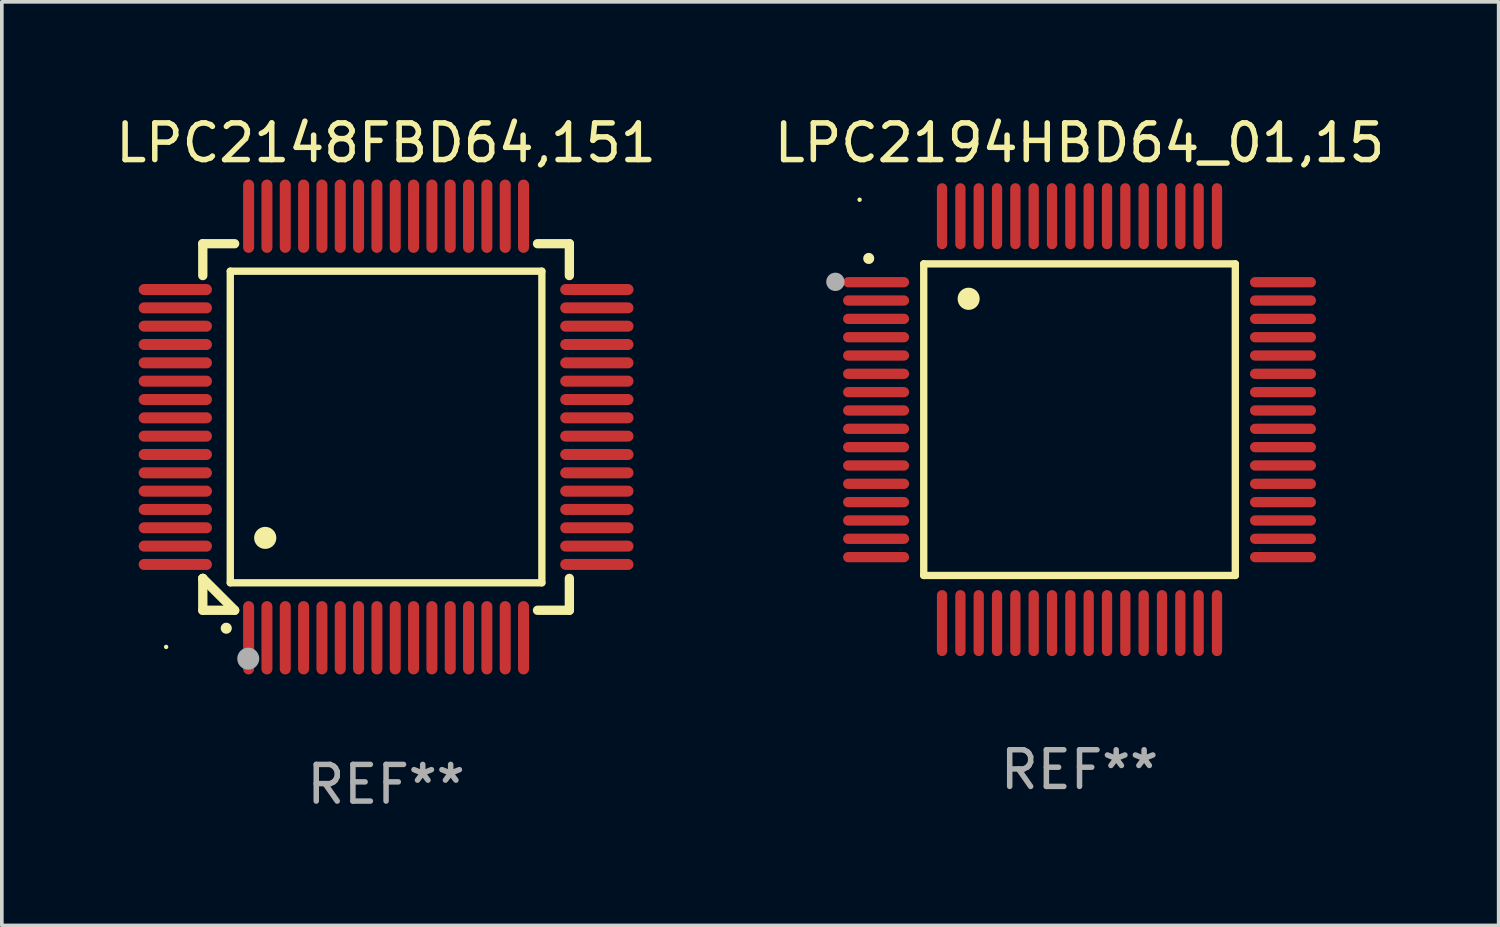
<source format=kicad_pcb>
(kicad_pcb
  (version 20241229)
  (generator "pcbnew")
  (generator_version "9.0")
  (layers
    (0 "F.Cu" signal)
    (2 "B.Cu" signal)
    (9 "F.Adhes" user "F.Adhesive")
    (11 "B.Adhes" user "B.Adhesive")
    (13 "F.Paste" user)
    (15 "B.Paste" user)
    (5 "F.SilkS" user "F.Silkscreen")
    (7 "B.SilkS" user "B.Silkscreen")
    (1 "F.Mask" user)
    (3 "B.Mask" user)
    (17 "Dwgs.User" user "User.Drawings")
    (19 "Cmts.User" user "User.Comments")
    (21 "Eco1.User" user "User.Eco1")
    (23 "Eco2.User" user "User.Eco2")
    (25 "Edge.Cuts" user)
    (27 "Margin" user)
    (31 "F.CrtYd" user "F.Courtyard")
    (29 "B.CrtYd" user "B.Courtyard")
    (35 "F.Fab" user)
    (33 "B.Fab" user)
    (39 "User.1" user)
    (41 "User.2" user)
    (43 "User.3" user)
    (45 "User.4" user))
  (footprint "LPC2194HBD64_01,15"
    (layer "F.Cu")
    (at 26.399 8.398)
    (property "Reference" "LPC2194HBD64_01,15" (at 0 -7.55 0) (layer "F.SilkS") (effects (font (size 1 1) (thickness 0.15))))
    (attr through_hole)
    (fp_line (start -4.25 -4.25) (end -4.25 4.25) (stroke (width 0.2) (type solid)) (layer "F.SilkS"))
    (fp_line (start -4.25 4.25) (end 4.25 4.25) (stroke (width 0.2) (type solid)) (layer "F.SilkS"))
    (fp_line (start 4.25 -4.25) (end -4.25 -4.25) (stroke (width 0.2) (type solid)) (layer "F.SilkS"))
    (fp_line (start 4.25 4.25) (end 4.25 -4.25) (stroke (width 0.2) (type solid)) (layer "F.SilkS"))
    (fp_arc (start -5.750572 -4.396749) (mid -5.750577 -4.398019) (end -5.750572 -4.399289) (stroke (width 0.3) (type solid)) (layer "F.SilkS"))
    (fp_arc (start -3.025146 -3.294387) (mid -3.025157 -3.296927) (end -3.025146 -3.299467) (stroke (width 0.6) (type solid)) (layer "F.SilkS"))
    (fp_circle (center -6 -6) (end -5.97 -6) (stroke (width 0.06) (type solid)) (fill no) (layer "F.SilkS"))
    (fp_circle (center -6.66 -3.76) (end -6.535 -3.76) (stroke (width 0.25) (type solid)) (fill no) (layer "F.Fab"))
    (fp_text user "REF**" (at 0 9.55 0) (layer "F.Fab") (effects (font (size 1 1) (thickness 0.15))))
    (pad "1" smd oval (at -5.55 -3.75) (size 1.8 0.28) (layers "F.Cu" "F.Mask" "F.Paste"))
    (pad "2" smd oval (at -5.55 -3.25) (size 1.8 0.28) (layers "F.Cu" "F.Mask" "F.Paste"))
    (pad "3" smd oval (at -5.55 -2.75) (size 1.8 0.28) (layers "F.Cu" "F.Mask" "F.Paste"))
    (pad "4" smd oval (at -5.55 -2.25) (size 1.8 0.28) (layers "F.Cu" "F.Mask" "F.Paste"))
    (pad "5" smd oval (at -5.55 -1.75) (size 1.8 0.28) (layers "F.Cu" "F.Mask" "F.Paste"))
    (pad "6" smd oval (at -5.55 -1.25) (size 1.8 0.28) (layers "F.Cu" "F.Mask" "F.Paste"))
    (pad "7" smd oval (at -5.55 -0.75) (size 1.8 0.28) (layers "F.Cu" "F.Mask" "F.Paste"))
    (pad "8" smd oval (at -5.55 -0.25) (size 1.8 0.28) (layers "F.Cu" "F.Mask" "F.Paste"))
    (pad "9" smd oval (at -5.55 0.25) (size 1.8 0.28) (layers "F.Cu" "F.Mask" "F.Paste"))
    (pad "10" smd oval (at -5.55 0.75) (size 1.8 0.28) (layers "F.Cu" "F.Mask" "F.Paste"))
    (pad "11" smd oval (at -5.55 1.25) (size 1.8 0.28) (layers "F.Cu" "F.Mask" "F.Paste"))
    (pad "12" smd oval (at -5.55 1.75) (size 1.8 0.28) (layers "F.Cu" "F.Mask" "F.Paste"))
    (pad "13" smd oval (at -5.55 2.25) (size 1.8 0.28) (layers "F.Cu" "F.Mask" "F.Paste"))
    (pad "14" smd oval (at -5.55 2.75) (size 1.8 0.28) (layers "F.Cu" "F.Mask" "F.Paste"))
    (pad "15" smd oval (at -5.55 3.25) (size 1.8 0.28) (layers "F.Cu" "F.Mask" "F.Paste"))
    (pad "16" smd oval (at -5.55 3.75) (size 1.8 0.28) (layers "F.Cu" "F.Mask" "F.Paste"))
    (pad "17" smd oval (at -3.75 5.55) (size 0.28 1.8) (layers "F.Cu" "F.Mask" "F.Paste"))
    (pad "18" smd oval (at -3.25 5.55) (size 0.28 1.8) (layers "F.Cu" "F.Mask" "F.Paste"))
    (pad "19" smd oval (at -2.75 5.55) (size 0.28 1.8) (layers "F.Cu" "F.Mask" "F.Paste"))
    (pad "20" smd oval (at -2.25 5.55) (size 0.28 1.8) (layers "F.Cu" "F.Mask" "F.Paste"))
    (pad "21" smd oval (at -1.75 5.55) (size 0.28 1.8) (layers "F.Cu" "F.Mask" "F.Paste"))
    (pad "22" smd oval (at -1.25 5.55) (size 0.28 1.8) (layers "F.Cu" "F.Mask" "F.Paste"))
    (pad "23" smd oval (at -0.75 5.55) (size 0.28 1.8) (layers "F.Cu" "F.Mask" "F.Paste"))
    (pad "24" smd oval (at -0.25 5.55) (size 0.28 1.8) (layers "F.Cu" "F.Mask" "F.Paste"))
    (pad "25" smd oval (at 0.25 5.55) (size 0.28 1.8) (layers "F.Cu" "F.Mask" "F.Paste"))
    (pad "26" smd oval (at 0.75 5.55) (size 0.28 1.8) (layers "F.Cu" "F.Mask" "F.Paste"))
    (pad "27" smd oval (at 1.25 5.55) (size 0.28 1.8) (layers "F.Cu" "F.Mask" "F.Paste"))
    (pad "28" smd oval (at 1.75 5.55) (size 0.28 1.8) (layers "F.Cu" "F.Mask" "F.Paste"))
    (pad "29" smd oval (at 2.25 5.55) (size 0.28 1.8) (layers "F.Cu" "F.Mask" "F.Paste"))
    (pad "30" smd oval (at 2.75 5.55) (size 0.28 1.8) (layers "F.Cu" "F.Mask" "F.Paste"))
    (pad "31" smd oval (at 3.25 5.55) (size 0.28 1.8) (layers "F.Cu" "F.Mask" "F.Paste"))
    (pad "32" smd oval (at 3.75 5.55) (size 0.28 1.8) (layers "F.Cu" "F.Mask" "F.Paste"))
    (pad "33" smd oval (at 5.55 3.75) (size 1.8 0.28) (layers "F.Cu" "F.Mask" "F.Paste"))
    (pad "34" smd oval (at 5.55 3.25) (size 1.8 0.28) (layers "F.Cu" "F.Mask" "F.Paste"))
    (pad "35" smd oval (at 5.55 2.75) (size 1.8 0.28) (layers "F.Cu" "F.Mask" "F.Paste"))
    (pad "36" smd oval (at 5.55 2.25) (size 1.8 0.28) (layers "F.Cu" "F.Mask" "F.Paste"))
    (pad "37" smd oval (at 5.55 1.75) (size 1.8 0.28) (layers "F.Cu" "F.Mask" "F.Paste"))
    (pad "38" smd oval (at 5.55 1.25) (size 1.8 0.28) (layers "F.Cu" "F.Mask" "F.Paste"))
    (pad "39" smd oval (at 5.55 0.75) (size 1.8 0.28) (layers "F.Cu" "F.Mask" "F.Paste"))
    (pad "40" smd oval (at 5.55 0.25) (size 1.8 0.28) (layers "F.Cu" "F.Mask" "F.Paste"))
    (pad "41" smd oval (at 5.55 -0.25) (size 1.8 0.28) (layers "F.Cu" "F.Mask" "F.Paste"))
    (pad "42" smd oval (at 5.55 -0.75) (size 1.8 0.28) (layers "F.Cu" "F.Mask" "F.Paste"))
    (pad "43" smd oval (at 5.55 -1.25) (size 1.8 0.28) (layers "F.Cu" "F.Mask" "F.Paste"))
    (pad "44" smd oval (at 5.55 -1.75) (size 1.8 0.28) (layers "F.Cu" "F.Mask" "F.Paste"))
    (pad "45" smd oval (at 5.55 -2.25) (size 1.8 0.28) (layers "F.Cu" "F.Mask" "F.Paste"))
    (pad "46" smd oval (at 5.55 -2.75) (size 1.8 0.28) (layers "F.Cu" "F.Mask" "F.Paste"))
    (pad "47" smd oval (at 5.55 -3.25) (size 1.8 0.28) (layers "F.Cu" "F.Mask" "F.Paste"))
    (pad "48" smd oval (at 5.55 -3.75) (size 1.8 0.28) (layers "F.Cu" "F.Mask" "F.Paste"))
    (pad "49" smd oval (at 3.75 -5.55) (size 0.28 1.8) (layers "F.Cu" "F.Mask" "F.Paste"))
    (pad "50" smd oval (at 3.25 -5.55) (size 0.28 1.8) (layers "F.Cu" "F.Mask" "F.Paste"))
    (pad "51" smd oval (at 2.75 -5.55) (size 0.28 1.8) (layers "F.Cu" "F.Mask" "F.Paste"))
    (pad "52" smd oval (at 2.25 -5.55) (size 0.28 1.8) (layers "F.Cu" "F.Mask" "F.Paste"))
    (pad "53" smd oval (at 1.75 -5.55) (size 0.28 1.8) (layers "F.Cu" "F.Mask" "F.Paste"))
    (pad "54" smd oval (at 1.25 -5.55) (size 0.28 1.8) (layers "F.Cu" "F.Mask" "F.Paste"))
    (pad "55" smd oval (at 0.75 -5.55) (size 0.28 1.8) (layers "F.Cu" "F.Mask" "F.Paste"))
    (pad "56" smd oval (at 0.25 -5.55) (size 0.28 1.8) (layers "F.Cu" "F.Mask" "F.Paste"))
    (pad "57" smd oval (at -0.25 -5.55) (size 0.28 1.8) (layers "F.Cu" "F.Mask" "F.Paste"))
    (pad "58" smd oval (at -0.75 -5.55) (size 0.28 1.8) (layers "F.Cu" "F.Mask" "F.Paste"))
    (pad "59" smd oval (at -1.25 -5.55) (size 0.28 1.8) (layers "F.Cu" "F.Mask" "F.Paste"))
    (pad "60" smd oval (at -1.75 -5.55) (size 0.28 1.8) (layers "F.Cu" "F.Mask" "F.Paste"))
    (pad "61" smd oval (at -2.25 -5.55) (size 0.28 1.8) (layers "F.Cu" "F.Mask" "F.Paste"))
    (pad "62" smd oval (at -2.75 -5.55) (size 0.28 1.8) (layers "F.Cu" "F.Mask" "F.Paste"))
    (pad "63" smd oval (at -3.25 -5.55) (size 0.28 1.8) (layers "F.Cu" "F.Mask" "F.Paste"))
    (pad "64" smd oval (at -3.75 -5.55) (size 0.28 1.8) (layers "F.Cu" "F.Mask" "F.Paste")))
  (footprint "LPC2148FBD64,151"
    (layer "F.Cu")
    (at 7.482 8.598)
    (property "Reference" "LPC2148FBD64,151" (at 0 -7.75 0) (layer "F.SilkS") (effects (font (size 1 1) (thickness 0.15))))
    (attr through_hole)
    (fp_line (start -5 -5) (end -4.131 -5) (stroke (width 0.254) (type solid)) (layer "F.SilkS"))
    (fp_line (start -5 -4.131) (end -5 -5) (stroke (width 0.254) (type solid)) (layer "F.SilkS"))
    (fp_line (start -5 4.131) (end -5 4.131) (stroke (width 0.254) (type solid)) (layer "F.SilkS"))
    (fp_line (start -5 5) (end -5 4.131) (stroke (width 0.254) (type solid)) (layer "F.SilkS"))
    (fp_line (start -5 4.131) (end -4.131 5) (stroke (width 0.254) (type solid)) (layer "F.SilkS"))
    (fp_line (start -4.25 -4.25) (end -4.25 4.25) (stroke (width 0.2) (type solid)) (layer "F.SilkS"))
    (fp_line (start -4.25 4.25) (end 4.25 4.25) (stroke (width 0.2) (type solid)) (layer "F.SilkS"))
    (fp_line (start -4.131 5) (end -5 5) (stroke (width 0.254) (type solid)) (layer "F.SilkS"))
    (fp_line (start 4.25 -4.25) (end -4.25 -4.25) (stroke (width 0.2) (type solid)) (layer "F.SilkS"))
    (fp_line (start 4.25 4.25) (end 4.25 -4.25) (stroke (width 0.2) (type solid)) (layer "F.SilkS"))
    (fp_line (start 5 -5) (end 4.131 -5) (stroke (width 0.254) (type solid)) (layer "F.SilkS"))
    (fp_line (start 5 -5) (end 5 -4.131) (stroke (width 0.254) (type solid)) (layer "F.SilkS"))
    (fp_line (start 5 4.131) (end 5 5) (stroke (width 0.254) (type solid)) (layer "F.SilkS"))
    (fp_line (start 5 5) (end 4.131 5) (stroke (width 0.254) (type solid)) (layer "F.SilkS"))
    (fp_arc (start -4.361265 5.489992) (mid -4.359995 5.489987) (end -4.358725 5.489992) (stroke (width 0.3) (type solid)) (layer "F.SilkS"))
    (fp_arc (start -3.299467 3.025146) (mid -3.296927 3.025135) (end -3.294387 3.025146) (stroke (width 0.6) (type solid)) (layer "F.SilkS"))
    (fp_circle (center -6 6) (end -5.97 6) (stroke (width 0.06) (type solid)) (fill no) (layer "F.SilkS"))
    (fp_circle (center -3.76 6.32) (end -3.61 6.32) (stroke (width 0.3) (type solid)) (fill no) (layer "F.Fab"))
    (fp_text user "REF**" (at 0 9.75 0) (layer "F.Fab") (effects (font (size 1 1) (thickness 0.15))))
    (pad "1" smd oval (at -3.75 5.75) (size 0.3 2) (layers "F.Cu" "F.Mask" "F.Paste"))
    (pad "2" smd oval (at -3.25 5.75) (size 0.3 2) (layers "F.Cu" "F.Mask" "F.Paste"))
    (pad "3" smd oval (at -2.75 5.75) (size 0.3 2) (layers "F.Cu" "F.Mask" "F.Paste"))
    (pad "4" smd oval (at -2.25 5.75) (size 0.3 2) (layers "F.Cu" "F.Mask" "F.Paste"))
    (pad "5" smd oval (at -1.75 5.75) (size 0.3 2) (layers "F.Cu" "F.Mask" "F.Paste"))
    (pad "6" smd oval (at -1.25 5.75) (size 0.3 2) (layers "F.Cu" "F.Mask" "F.Paste"))
    (pad "7" smd oval (at -0.75 5.75) (size 0.3 2) (layers "F.Cu" "F.Mask" "F.Paste"))
    (pad "8" smd oval (at -0.25 5.75) (size 0.3 2) (layers "F.Cu" "F.Mask" "F.Paste"))
    (pad "9" smd oval (at 0.25 5.75) (size 0.3 2) (layers "F.Cu" "F.Mask" "F.Paste"))
    (pad "10" smd oval (at 0.75 5.75) (size 0.3 2) (layers "F.Cu" "F.Mask" "F.Paste"))
    (pad "11" smd oval (at 1.25 5.75) (size 0.3 2) (layers "F.Cu" "F.Mask" "F.Paste"))
    (pad "12" smd oval (at 1.75 5.75) (size 0.3 2) (layers "F.Cu" "F.Mask" "F.Paste"))
    (pad "13" smd oval (at 2.25 5.75) (size 0.3 2) (layers "F.Cu" "F.Mask" "F.Paste"))
    (pad "14" smd oval (at 2.75 5.75) (size 0.3 2) (layers "F.Cu" "F.Mask" "F.Paste"))
    (pad "15" smd oval (at 3.25 5.75) (size 0.3 2) (layers "F.Cu" "F.Mask" "F.Paste"))
    (pad "16" smd oval (at 3.75 5.75) (size 0.3 2) (layers "F.Cu" "F.Mask" "F.Paste"))
    (pad "17" smd oval (at 5.75 3.75) (size 2 0.3) (layers "F.Cu" "F.Mask" "F.Paste"))
    (pad "18" smd oval (at 5.75 3.25) (size 2 0.3) (layers "F.Cu" "F.Mask" "F.Paste"))
    (pad "19" smd oval (at 5.75 2.75) (size 2 0.3) (layers "F.Cu" "F.Mask" "F.Paste"))
    (pad "20" smd oval (at 5.75 2.25) (size 2 0.3) (layers "F.Cu" "F.Mask" "F.Paste"))
    (pad "21" smd oval (at 5.75 1.75) (size 2 0.3) (layers "F.Cu" "F.Mask" "F.Paste"))
    (pad "22" smd oval (at 5.75 1.25) (size 2 0.3) (layers "F.Cu" "F.Mask" "F.Paste"))
    (pad "23" smd oval (at 5.75 0.75) (size 2 0.3) (layers "F.Cu" "F.Mask" "F.Paste"))
    (pad "24" smd oval (at 5.75 0.25) (size 2 0.3) (layers "F.Cu" "F.Mask" "F.Paste"))
    (pad "25" smd oval (at 5.75 -0.25) (size 2 0.3) (layers "F.Cu" "F.Mask" "F.Paste"))
    (pad "26" smd oval (at 5.75 -0.75) (size 2 0.3) (layers "F.Cu" "F.Mask" "F.Paste"))
    (pad "27" smd oval (at 5.75 -1.25) (size 2 0.3) (layers "F.Cu" "F.Mask" "F.Paste"))
    (pad "28" smd oval (at 5.75 -1.75) (size 2 0.3) (layers "F.Cu" "F.Mask" "F.Paste"))
    (pad "29" smd oval (at 5.75 -2.25) (size 2 0.3) (layers "F.Cu" "F.Mask" "F.Paste"))
    (pad "30" smd oval (at 5.75 -2.75) (size 2 0.3) (layers "F.Cu" "F.Mask" "F.Paste"))
    (pad "31" smd oval (at 5.75 -3.25) (size 2 0.3) (layers "F.Cu" "F.Mask" "F.Paste"))
    (pad "32" smd oval (at 5.75 -3.75) (size 2 0.3) (layers "F.Cu" "F.Mask" "F.Paste"))
    (pad "33" smd oval (at 3.75 -5.75) (size 0.3 2) (layers "F.Cu" "F.Mask" "F.Paste"))
    (pad "34" smd oval (at 3.25 -5.75) (size 0.3 2) (layers "F.Cu" "F.Mask" "F.Paste"))
    (pad "35" smd oval (at 2.75 -5.75) (size 0.3 2) (layers "F.Cu" "F.Mask" "F.Paste"))
    (pad "36" smd oval (at 2.25 -5.75) (size 0.3 2) (layers "F.Cu" "F.Mask" "F.Paste"))
    (pad "37" smd oval (at 1.75 -5.75) (size 0.3 2) (layers "F.Cu" "F.Mask" "F.Paste"))
    (pad "38" smd oval (at 1.25 -5.75) (size 0.3 2) (layers "F.Cu" "F.Mask" "F.Paste"))
    (pad "39" smd oval (at 0.75 -5.75) (size 0.3 2) (layers "F.Cu" "F.Mask" "F.Paste"))
    (pad "40" smd oval (at 0.25 -5.75) (size 0.3 2) (layers "F.Cu" "F.Mask" "F.Paste"))
    (pad "41" smd oval (at -0.25 -5.75) (size 0.3 2) (layers "F.Cu" "F.Mask" "F.Paste"))
    (pad "42" smd oval (at -0.75 -5.75) (size 0.3 2) (layers "F.Cu" "F.Mask" "F.Paste"))
    (pad "43" smd oval (at -1.25 -5.75) (size 0.3 2) (layers "F.Cu" "F.Mask" "F.Paste"))
    (pad "44" smd oval (at -1.75 -5.75) (size 0.3 2) (layers "F.Cu" "F.Mask" "F.Paste"))
    (pad "45" smd oval (at -2.25 -5.75) (size 0.3 2) (layers "F.Cu" "F.Mask" "F.Paste"))
    (pad "46" smd oval (at -2.75 -5.75) (size 0.3 2) (layers "F.Cu" "F.Mask" "F.Paste"))
    (pad "47" smd oval (at -3.25 -5.75) (size 0.3 2) (layers "F.Cu" "F.Mask" "F.Paste"))
    (pad "48" smd oval (at -3.75 -5.75) (size 0.3 2) (layers "F.Cu" "F.Mask" "F.Paste"))
    (pad "49" smd oval (at -5.75 -3.75) (size 2 0.3) (layers "F.Cu" "F.Mask" "F.Paste"))
    (pad "50" smd oval (at -5.75 -3.25) (size 2 0.3) (layers "F.Cu" "F.Mask" "F.Paste"))
    (pad "51" smd oval (at -5.75 -2.75) (size 2 0.3) (layers "F.Cu" "F.Mask" "F.Paste"))
    (pad "52" smd oval (at -5.75 -2.25) (size 2 0.3) (layers "F.Cu" "F.Mask" "F.Paste"))
    (pad "53" smd oval (at -5.75 -1.75) (size 2 0.3) (layers "F.Cu" "F.Mask" "F.Paste"))
    (pad "54" smd oval (at -5.75 -1.25) (size 2 0.3) (layers "F.Cu" "F.Mask" "F.Paste"))
    (pad "55" smd oval (at -5.75 -0.75) (size 2 0.3) (layers "F.Cu" "F.Mask" "F.Paste"))
    (pad "56" smd oval (at -5.75 -0.25) (size 2 0.3) (layers "F.Cu" "F.Mask" "F.Paste"))
    (pad "57" smd oval (at -5.75 0.25) (size 2 0.3) (layers "F.Cu" "F.Mask" "F.Paste"))
    (pad "58" smd oval (at -5.75 0.75) (size 2 0.3) (layers "F.Cu" "F.Mask" "F.Paste"))
    (pad "59" smd oval (at -5.75 1.25) (size 2 0.3) (layers "F.Cu" "F.Mask" "F.Paste"))
    (pad "60" smd oval (at -5.75 1.75) (size 2 0.3) (layers "F.Cu" "F.Mask" "F.Paste"))
    (pad "61" smd oval (at -5.75 2.25) (size 2 0.3) (layers "F.Cu" "F.Mask" "F.Paste"))
    (pad "62" smd oval (at -5.75 2.75) (size 2 0.3) (layers "F.Cu" "F.Mask" "F.Paste"))
    (pad "63" smd oval (at -5.75 3.25) (size 2 0.3) (layers "F.Cu" "F.Mask" "F.Paste"))
    (pad "64" smd oval (at -5.75 3.75) (size 2 0.3) (layers "F.Cu" "F.Mask" "F.Paste")))
  (gr_rect
    (start -3 -3)
    (end 37.833 22.196)
    (stroke (width 0.1) (type default))
    (fill no)
    (layer "Edge.Cuts")))
</source>
